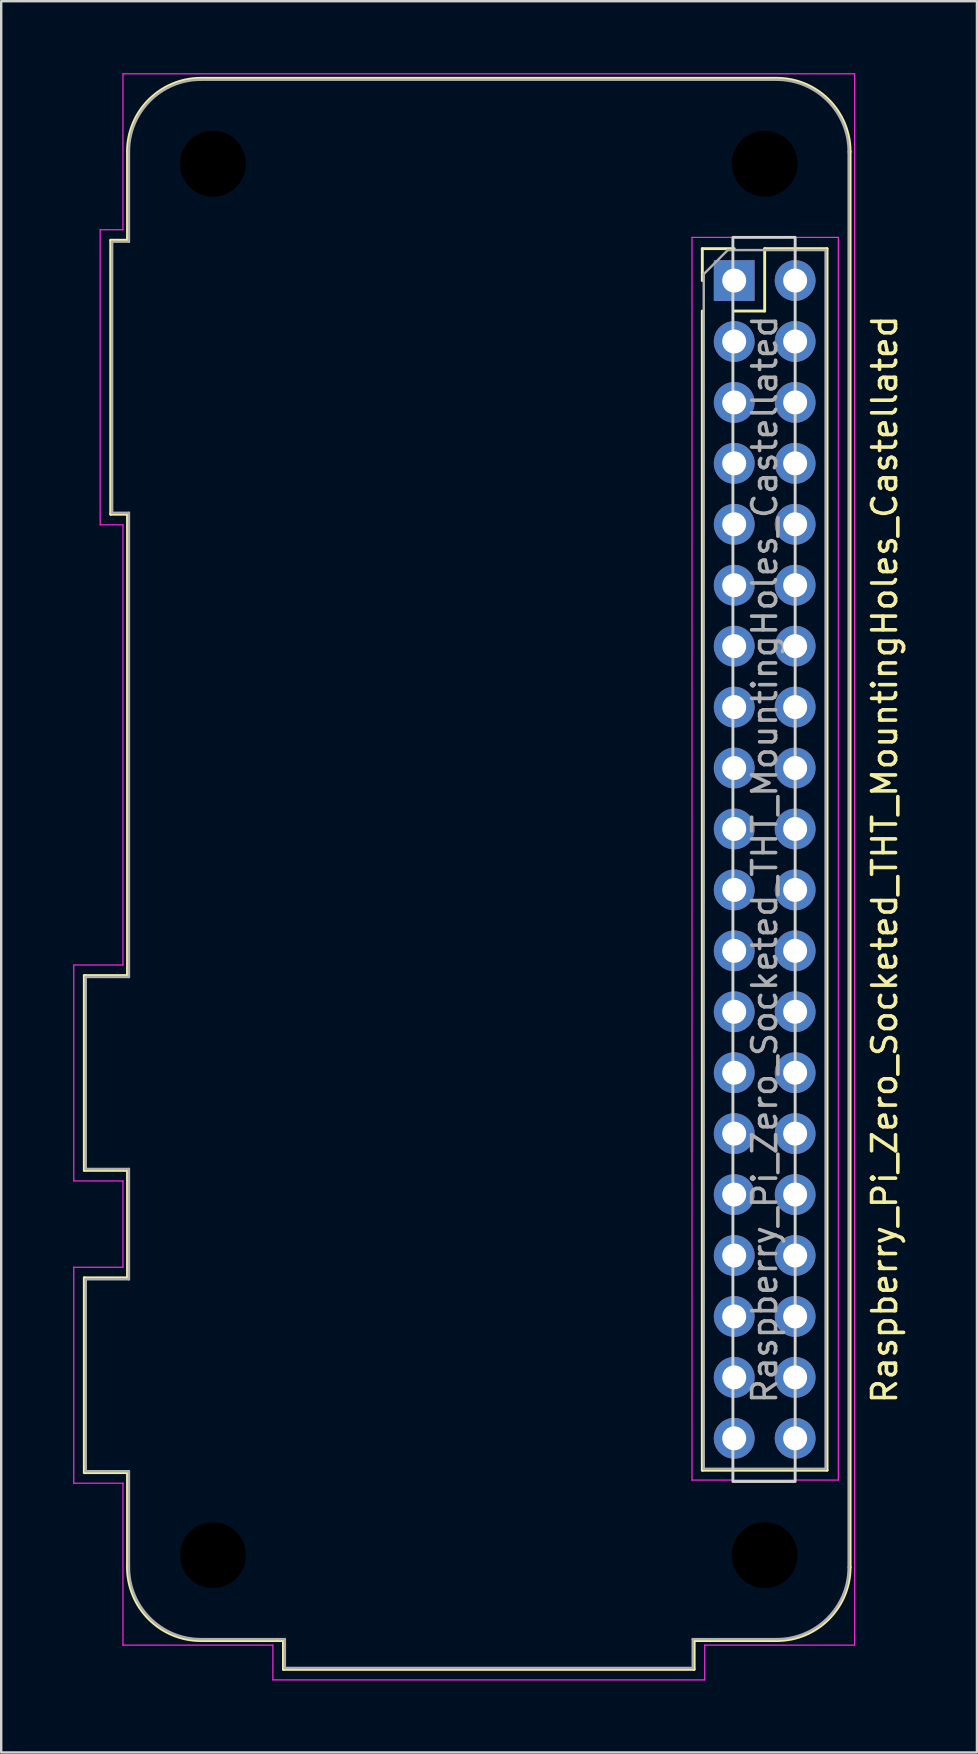
<source format=kicad_pcb>
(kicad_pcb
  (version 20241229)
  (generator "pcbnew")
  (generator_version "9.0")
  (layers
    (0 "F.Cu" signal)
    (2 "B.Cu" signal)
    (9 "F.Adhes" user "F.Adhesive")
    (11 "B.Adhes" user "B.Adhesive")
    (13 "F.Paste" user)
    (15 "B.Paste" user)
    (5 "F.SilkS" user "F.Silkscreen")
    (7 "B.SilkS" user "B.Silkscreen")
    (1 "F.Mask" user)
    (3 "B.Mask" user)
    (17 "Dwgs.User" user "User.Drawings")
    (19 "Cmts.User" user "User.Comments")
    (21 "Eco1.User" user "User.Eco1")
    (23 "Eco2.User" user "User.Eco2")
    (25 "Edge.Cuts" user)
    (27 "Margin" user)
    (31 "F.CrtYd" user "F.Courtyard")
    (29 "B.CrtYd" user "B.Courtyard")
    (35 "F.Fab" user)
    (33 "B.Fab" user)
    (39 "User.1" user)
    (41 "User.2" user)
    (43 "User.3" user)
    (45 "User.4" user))
  (footprint "Raspberry_Pi_Zero_Socketed_THT_MountingHoles_Castellated"
    (layer "F.Cu")
    (at 28.875 32.775)
    (property "Reference" "Raspberry_Pi_Zero_Socketed_THT_MountingHoles_Castellated" (at 4.95 0 90) (layer "F.SilkS") (effects (font (size 1 1) (thickness 0.15))))
    (attr through_hole)
    (fp_line (start -28.41 4.84) (end -26.61 4.84) (stroke (width 0.12) (type solid)) (layer "F.SilkS"))
    (fp_line (start -28.41 12.96) (end -28.41 4.84) (stroke (width 0.12) (type solid)) (layer "F.SilkS"))
    (fp_line (start -28.41 17.44) (end -26.61 17.44) (stroke (width 0.12) (type solid)) (layer "F.SilkS"))
    (fp_line (start -28.41 25.56) (end -28.41 17.44) (stroke (width 0.12) (type solid)) (layer "F.SilkS"))
    (fp_line (start -27.31 -25.81) (end -26.61 -25.81) (stroke (width 0.12) (type solid)) (layer "F.SilkS"))
    (fp_line (start -27.31 -14.39) (end -27.31 -25.81) (stroke (width 0.12) (type solid)) (layer "F.SilkS"))
    (fp_line (start -26.61 -25.81) (end -26.61 -29.5) (stroke (width 0.12) (type solid)) (layer "F.SilkS"))
    (fp_line (start -26.61 -14.39) (end -27.31 -14.39) (stroke (width 0.12) (type solid)) (layer "F.SilkS"))
    (fp_line (start -26.61 4.84) (end -26.61 -14.39) (stroke (width 0.12) (type solid)) (layer "F.SilkS"))
    (fp_line (start -26.61 12.96) (end -28.41 12.96) (stroke (width 0.12) (type solid)) (layer "F.SilkS"))
    (fp_line (start -26.61 17.44) (end -26.61 12.96) (stroke (width 0.12) (type solid)) (layer "F.SilkS"))
    (fp_line (start -26.61 25.56) (end -28.41 25.56) (stroke (width 0.12) (type solid)) (layer "F.SilkS"))
    (fp_line (start -26.61 29.5) (end -26.61 25.56) (stroke (width 0.12) (type solid)) (layer "F.SilkS"))
    (fp_line (start -20.11 32.56) (end -23.55 32.56) (stroke (width 0.12) (type solid)) (layer "F.SilkS"))
    (fp_line (start -20.11 33.76) (end -20.11 32.56) (stroke (width 0.12) (type solid)) (layer "F.SilkS"))
    (fp_line (start -2.99 32.56) (end -2.99 33.76) (stroke (width 0.12) (type solid)) (layer "F.SilkS"))
    (fp_line (start -2.99 32.56) (end 0.45 32.56) (stroke (width 0.12) (type solid)) (layer "F.SilkS"))
    (fp_line (start -2.99 33.76) (end -20.11 33.76) (stroke (width 0.12) (type solid)) (layer "F.SilkS"))
    (fp_line (start -2.65 -25.46) (end -2.65 -24.13) (stroke (width 0.12) (type solid)) (layer "F.SilkS"))
    (fp_line (start -2.65 -22.86) (end -2.65 25.46) (stroke (width 0.12) (type solid)) (layer "F.SilkS"))
    (fp_line (start -1.32 -25.46) (end -2.65 -25.46) (stroke (width 0.12) (type solid)) (layer "F.SilkS"))
    (fp_line (start -0.05 -25.46) (end -0.05 -22.86) (stroke (width 0.12) (type solid)) (layer "F.SilkS"))
    (fp_line (start -0.05 -22.86) (end -1.32 -22.86) (stroke (width 0.12) (type solid)) (layer "F.SilkS"))
    (fp_line (start 0.45 -32.56) (end -23.55 -32.56) (stroke (width 0.12) (type solid)) (layer "F.SilkS"))
    (fp_line (start 2.55 -25.46) (end -0.05 -25.46) (stroke (width 0.12) (type solid)) (layer "F.SilkS"))
    (fp_line (start 2.55 -25.46) (end 2.55 25.46) (stroke (width 0.12) (type solid)) (layer "F.SilkS"))
    (fp_line (start 2.55 25.46) (end -2.65 25.46) (stroke (width 0.12) (type solid)) (layer "F.SilkS"))
    (fp_line (start 3.51 29.5) (end 3.51 -29.5) (stroke (width 0.12) (type solid)) (layer "F.SilkS"))
    (fp_arc (start -26.61 -29.5) (mid -25.713747 -31.663747) (end -23.55 -32.56) (stroke (width 0.12) (type solid)) (layer "F.SilkS"))
    (fp_arc (start -23.55 32.56) (mid -25.713747 31.663747) (end -26.61 29.5) (stroke (width 0.12) (type solid)) (layer "F.SilkS"))
    (fp_arc (start 0.45 -32.56) (mid 2.613747 -31.663747) (end 3.51 -29.5) (stroke (width 0.12) (type solid)) (layer "F.SilkS"))
    (fp_arc (start 3.51 29.5) (mid 2.613747 31.663747) (end 0.45 32.56) (stroke (width 0.12) (type solid)) (layer "F.SilkS"))
    (fp_rect (start -1.375 -25.93) (end 1.22 25.93) (stroke (width 0.12) (type default)) (fill no) (layer "Edge.Cuts"))
    (fp_line (start -28.85 4.4) (end -26.8 4.4) (stroke (width 0.05) (type solid)) (layer "F.CrtYd"))
    (fp_line (start -28.85 13.4) (end -28.85 4.4) (stroke (width 0.05) (type solid)) (layer "F.CrtYd"))
    (fp_line (start -28.85 13.4) (end -26.8 13.4) (stroke (width 0.05) (type solid)) (layer "F.CrtYd"))
    (fp_line (start -28.85 17) (end -26.8 17) (stroke (width 0.05) (type solid)) (layer "F.CrtYd"))
    (fp_line (start -28.85 26) (end -28.85 17) (stroke (width 0.05) (type solid)) (layer "F.CrtYd"))
    (fp_line (start -28.85 26) (end -26.8 26) (stroke (width 0.05) (type solid)) (layer "F.CrtYd"))
    (fp_line (start -27.75 -26.25) (end -27.75 -13.95) (stroke (width 0.05) (type solid)) (layer "F.CrtYd"))
    (fp_line (start -27.75 -26.25) (end -26.8 -26.25) (stroke (width 0.05) (type solid)) (layer "F.CrtYd"))
    (fp_line (start -27.75 -13.95) (end -26.8 -13.95) (stroke (width 0.05) (type solid)) (layer "F.CrtYd"))
    (fp_line (start -26.8 -26.25) (end -26.8 -32.75) (stroke (width 0.05) (type solid)) (layer "F.CrtYd"))
    (fp_line (start -26.8 4.4) (end -26.8 -13.95) (stroke (width 0.05) (type solid)) (layer "F.CrtYd"))
    (fp_line (start -26.8 13.4) (end -26.8 17) (stroke (width 0.05) (type solid)) (layer "F.CrtYd"))
    (fp_line (start -26.8 26) (end -26.8 32.75) (stroke (width 0.05) (type solid)) (layer "F.CrtYd"))
    (fp_line (start -20.55 32.75) (end -26.8 32.75) (stroke (width 0.05) (type solid)) (layer "F.CrtYd"))
    (fp_line (start -20.55 34.2) (end -20.55 32.75) (stroke (width 0.05) (type solid)) (layer "F.CrtYd"))
    (fp_line (start -20.55 34.2) (end -2.55 34.2) (stroke (width 0.05) (type solid)) (layer "F.CrtYd"))
    (fp_line (start -3.08 -25.93) (end -3.08 25.87) (stroke (width 0.05) (type solid)) (layer "F.CrtYd"))
    (fp_line (start -3.08 25.87) (end 3.02 25.87) (stroke (width 0.05) (type solid)) (layer "F.CrtYd"))
    (fp_line (start -2.55 34.2) (end -2.55 32.75) (stroke (width 0.05) (type solid)) (layer "F.CrtYd"))
    (fp_line (start 3.02 -25.93) (end -3.08 -25.93) (stroke (width 0.05) (type solid)) (layer "F.CrtYd"))
    (fp_line (start 3.02 25.87) (end 3.02 -25.93) (stroke (width 0.05) (type solid)) (layer "F.CrtYd"))
    (fp_line (start 3.7 -32.75) (end -26.8 -32.75) (stroke (width 0.05) (type solid)) (layer "F.CrtYd"))
    (fp_line (start 3.7 32.75) (end -2.55 32.75) (stroke (width 0.05) (type solid)) (layer "F.CrtYd"))
    (fp_line (start 3.7 32.75) (end 3.7 -32.75) (stroke (width 0.05) (type solid)) (layer "F.CrtYd"))
    (fp_line (start -28.35 4.9) (end -26.55 4.9) (stroke (width 0.1) (type solid)) (layer "F.Fab"))
    (fp_line (start -28.35 12.9) (end -28.35 4.9) (stroke (width 0.1) (type solid)) (layer "F.Fab"))
    (fp_line (start -28.35 17.5) (end -26.55 17.5) (stroke (width 0.1) (type solid)) (layer "F.Fab"))
    (fp_line (start -28.35 25.5) (end -28.35 17.5) (stroke (width 0.1) (type solid)) (layer "F.Fab"))
    (fp_line (start -27.25 -14.45) (end -27.25 -25.75) (stroke (width 0.1) (type solid)) (layer "F.Fab"))
    (fp_line (start -26.55 -25.75) (end -27.25 -25.75) (stroke (width 0.1) (type solid)) (layer "F.Fab"))
    (fp_line (start -26.55 -25.75) (end -26.55 -29.5) (stroke (width 0.1) (type solid)) (layer "F.Fab"))
    (fp_line (start -26.55 -14.45) (end -27.25 -14.45) (stroke (width 0.1) (type solid)) (layer "F.Fab"))
    (fp_line (start -26.55 4.9) (end -26.55 -14.45) (stroke (width 0.1) (type solid)) (layer "F.Fab"))
    (fp_line (start -26.55 12.9) (end -28.35 12.9) (stroke (width 0.1) (type solid)) (layer "F.Fab"))
    (fp_line (start -26.55 17.5) (end -26.55 12.9) (stroke (width 0.1) (type solid)) (layer "F.Fab"))
    (fp_line (start -26.55 25.5) (end -28.35 25.5) (stroke (width 0.1) (type solid)) (layer "F.Fab"))
    (fp_line (start -26.55 25.5) (end -26.55 29.5) (stroke (width 0.1) (type solid)) (layer "F.Fab"))
    (fp_line (start -23.55 32.5) (end -20.05 32.5) (stroke (width 0.1) (type solid)) (layer "F.Fab"))
    (fp_line (start -20.05 32.5) (end -20.05 33.7) (stroke (width 0.1) (type solid)) (layer "F.Fab"))
    (fp_line (start -3.05 32.5) (end -3.05 33.7) (stroke (width 0.1) (type solid)) (layer "F.Fab"))
    (fp_line (start -3.05 33.7) (end -20.05 33.7) (stroke (width 0.1) (type solid)) (layer "F.Fab"))
    (fp_line (start -2.59 -24.4) (end -2.59 25.4) (stroke (width 0.1) (type solid)) (layer "F.Fab"))
    (fp_line (start -2.59 25.4) (end 2.49 25.4) (stroke (width 0.1) (type solid)) (layer "F.Fab"))
    (fp_line (start -1.59 -25.4) (end -2.59 -24.4) (stroke (width 0.1) (type solid)) (layer "F.Fab"))
    (fp_line (start 0.45 -32.5) (end -23.55 -32.5) (stroke (width 0.1) (type solid)) (layer "F.Fab"))
    (fp_line (start 0.45 32.5) (end -3.05 32.5) (stroke (width 0.1) (type solid)) (layer "F.Fab"))
    (fp_line (start 2.49 -25.4) (end -1.59 -25.4) (stroke (width 0.1) (type solid)) (layer "F.Fab"))
    (fp_line (start 2.49 25.4) (end 2.49 -25.4) (stroke (width 0.1) (type solid)) (layer "F.Fab"))
    (fp_line (start 3.45 29.5) (end 3.45 -29.5) (stroke (width 0.1) (type solid)) (layer "F.Fab"))
    (fp_arc (start -26.55 -29.5) (mid -25.67132 -31.62132) (end -23.55 -32.5) (stroke (width 0.1) (type solid)) (layer "F.Fab"))
    (fp_arc (start -23.55 32.5) (mid -25.67132 31.62132) (end -26.55 29.5) (stroke (width 0.1) (type solid)) (layer "F.Fab"))
    (fp_arc (start 0.45 -32.5) (mid 2.57132 -31.62132) (end 3.45 -29.5) (stroke (width 0.1) (type solid)) (layer "F.Fab"))
    (fp_arc (start 3.45 29.5) (mid 2.57132 31.62132) (end 0.45 32.5) (stroke (width 0.1) (type solid)) (layer "F.Fab"))
    (fp_text user "${REFERENCE}" (at -0.05 0 90) (layer "F.Fab") (effects (font (size 1 1) (thickness 0.15))))
    (pad "" np_thru_hole circle (at -23.05 -29 270) (size 2.75 2.75) (drill 2.75) (layers "*.Mask"))
    (pad "" np_thru_hole circle (at -23.05 29 270) (size 2.75 2.75) (drill 2.75) (layers "*.Mask"))
    (pad "" np_thru_hole circle (at -0.05 -29 270) (size 2.75 2.75) (drill 2.75) (layers "*.Mask"))
    (pad "" np_thru_hole circle (at -0.05 29 270) (size 2.75 2.75) (drill 2.75) (layers "*.Mask"))
    (pad "1" thru_hole rect (at -1.32 -24.13) (size 1.7 1.7) (drill 1) (layers "*.Cu" "*.Mask"))
    (pad "2" thru_hole oval (at 1.22 -24.13) (size 1.7 1.7) (drill 1) (layers "*.Cu" "*.Mask"))
    (pad "3" thru_hole oval (at -1.32 -21.59) (size 1.7 1.7) (drill 1) (layers "*.Cu" "*.Mask"))
    (pad "4" thru_hole oval (at 1.22 -21.59) (size 1.7 1.7) (drill 1) (layers "*.Cu" "*.Mask"))
    (pad "5" thru_hole oval (at -1.32 -19.05) (size 1.7 1.7) (drill 1) (layers "*.Cu" "*.Mask"))
    (pad "6" thru_hole oval (at 1.22 -19.05) (size 1.7 1.7) (drill 1) (layers "*.Cu" "*.Mask"))
    (pad "7" thru_hole oval (at -1.32 -16.51) (size 1.7 1.7) (drill 1) (layers "*.Cu" "*.Mask"))
    (pad "8" thru_hole oval (at 1.22 -16.51) (size 1.7 1.7) (drill 1) (layers "*.Cu" "*.Mask"))
    (pad "9" thru_hole oval (at -1.32 -13.97) (size 1.7 1.7) (drill 1) (layers "*.Cu" "*.Mask"))
    (pad "10" thru_hole oval (at 1.22 -13.97) (size 1.7 1.7) (drill 1) (layers "*.Cu" "*.Mask"))
    (pad "11" thru_hole oval (at -1.32 -11.43) (size 1.7 1.7) (drill 1) (layers "*.Cu" "*.Mask"))
    (pad "12" thru_hole oval (at 1.22 -11.43) (size 1.7 1.7) (drill 1) (layers "*.Cu" "*.Mask"))
    (pad "13" thru_hole oval (at -1.32 -8.89) (size 1.7 1.7) (drill 1) (layers "*.Cu" "*.Mask"))
    (pad "14" thru_hole oval (at 1.22 -8.89) (size 1.7 1.7) (drill 1) (layers "*.Cu" "*.Mask"))
    (pad "15" thru_hole oval (at -1.32 -6.35) (size 1.7 1.7) (drill 1) (layers "*.Cu" "*.Mask"))
    (pad "16" thru_hole oval (at 1.22 -6.35) (size 1.7 1.7) (drill 1) (layers "*.Cu" "*.Mask"))
    (pad "17" thru_hole oval (at -1.32 -3.81) (size 1.7 1.7) (drill 1) (layers "*.Cu" "*.Mask"))
    (pad "18" thru_hole oval (at 1.22 -3.81) (size 1.7 1.7) (drill 1) (layers "*.Cu" "*.Mask"))
    (pad "19" thru_hole oval (at -1.32 -1.27) (size 1.7 1.7) (drill 1) (layers "*.Cu" "*.Mask"))
    (pad "20" thru_hole oval (at 1.22 -1.27) (size 1.7 1.7) (drill 1) (layers "*.Cu" "*.Mask"))
    (pad "21" thru_hole oval (at -1.32 1.27) (size 1.7 1.7) (drill 1) (layers "*.Cu" "*.Mask"))
    (pad "22" thru_hole oval (at 1.22 1.27) (size 1.7 1.7) (drill 1) (layers "*.Cu" "*.Mask"))
    (pad "23" thru_hole oval (at -1.32 3.81) (size 1.7 1.7) (drill 1) (layers "*.Cu" "*.Mask"))
    (pad "24" thru_hole oval (at 1.22 3.81) (size 1.7 1.7) (drill 1) (layers "*.Cu" "*.Mask"))
    (pad "25" thru_hole oval (at -1.32 6.35) (size 1.7 1.7) (drill 1) (layers "*.Cu" "*.Mask"))
    (pad "26" thru_hole oval (at 1.22 6.35) (size 1.7 1.7) (drill 1) (layers "*.Cu" "*.Mask"))
    (pad "27" thru_hole oval (at -1.32 8.89) (size 1.7 1.7) (drill 1) (layers "*.Cu" "*.Mask"))
    (pad "28" thru_hole oval (at 1.22 8.89) (size 1.7 1.7) (drill 1) (layers "*.Cu" "*.Mask"))
    (pad "29" thru_hole oval (at -1.32 11.43) (size 1.7 1.7) (drill 1) (layers "*.Cu" "*.Mask"))
    (pad "30" thru_hole oval (at 1.22 11.43) (size 1.7 1.7) (drill 1) (layers "*.Cu" "*.Mask"))
    (pad "31" thru_hole oval (at -1.32 13.97) (size 1.7 1.7) (drill 1) (layers "*.Cu" "*.Mask"))
    (pad "32" thru_hole oval (at 1.22 13.97) (size 1.7 1.7) (drill 1) (layers "*.Cu" "*.Mask"))
    (pad "33" thru_hole oval (at -1.32 16.51) (size 1.7 1.7) (drill 1) (layers "*.Cu" "*.Mask"))
    (pad "34" thru_hole oval (at 1.22 16.51) (size 1.7 1.7) (drill 1) (layers "*.Cu" "*.Mask"))
    (pad "35" thru_hole oval (at -1.32 19.05) (size 1.7 1.7) (drill 1) (layers "*.Cu" "*.Mask"))
    (pad "36" thru_hole oval (at 1.22 19.05) (size 1.7 1.7) (drill 1) (layers "*.Cu" "*.Mask"))
    (pad "37" thru_hole oval (at -1.32 21.59) (size 1.7 1.7) (drill 1) (layers "*.Cu" "*.Mask"))
    (pad "38" thru_hole oval (at 1.22 21.59) (size 1.7 1.7) (drill 1) (layers "*.Cu" "*.Mask"))
    (pad "39" thru_hole oval (at -1.32 24.13) (size 1.7 1.7) (drill 1) (layers "*.Cu" "*.Mask"))
    (pad "40" thru_hole oval (at 1.22 24.13) (size 1.7 1.7) (drill 1) (layers "*.Cu" "*.Mask")))
  (gr_rect
    (start -3 -3)
    (end 37.673 70)
    (stroke (width 0.1) (type default))
    (fill no)
    (layer "Edge.Cuts")))
</source>
